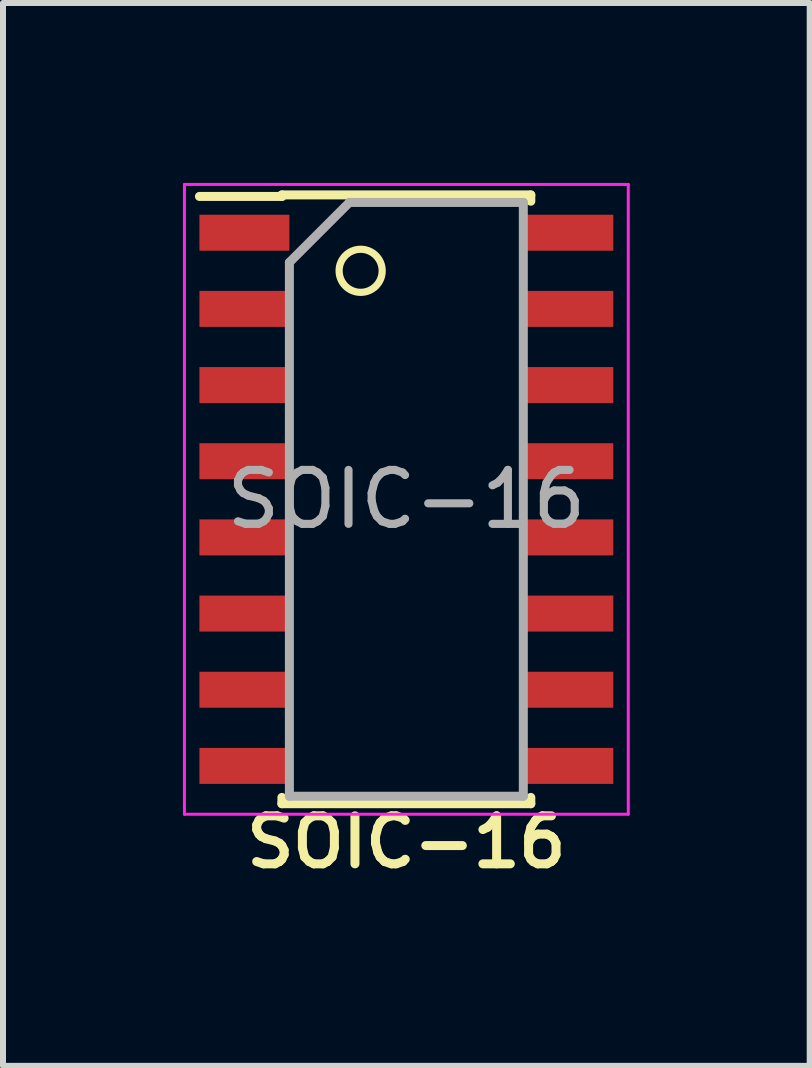
<source format=kicad_pcb>
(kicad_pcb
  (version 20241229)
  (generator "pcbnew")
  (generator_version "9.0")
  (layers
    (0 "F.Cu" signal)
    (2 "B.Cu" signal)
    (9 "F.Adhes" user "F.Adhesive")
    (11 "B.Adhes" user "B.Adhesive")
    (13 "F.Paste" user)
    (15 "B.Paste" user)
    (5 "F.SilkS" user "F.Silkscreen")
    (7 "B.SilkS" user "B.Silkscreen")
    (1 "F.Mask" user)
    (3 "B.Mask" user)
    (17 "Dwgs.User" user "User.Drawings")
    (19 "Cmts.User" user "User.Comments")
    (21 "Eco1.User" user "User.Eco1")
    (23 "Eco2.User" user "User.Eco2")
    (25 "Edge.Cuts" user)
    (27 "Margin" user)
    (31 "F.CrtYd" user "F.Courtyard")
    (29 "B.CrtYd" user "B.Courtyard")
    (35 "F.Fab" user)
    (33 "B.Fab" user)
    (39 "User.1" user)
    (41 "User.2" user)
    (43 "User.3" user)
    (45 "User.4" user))
  (footprint "SOIC-16"
    (layer "F.Cu")
    (at 3.725 5.275)
    (property "Reference" "SOIC-16" (at 0 5.715 0) (layer "F.SilkS") (effects (font (size 0.8 0.8) (thickness 0.15))))
    (attr smd)
    (fp_line (start -2.075 -5.075) (end -2.075 -5.05) (stroke (width 0.15) (type solid)) (layer "F.SilkS"))
    (fp_line (start -2.075 -5.075) (end 2.075 -5.075) (stroke (width 0.15) (type solid)) (layer "F.SilkS"))
    (fp_line (start -2.075 -5.05) (end -3.45 -5.05) (stroke (width 0.15) (type solid)) (layer "F.SilkS"))
    (fp_line (start -2.075 5.075) (end -2.075 4.97) (stroke (width 0.15) (type solid)) (layer "F.SilkS"))
    (fp_line (start -2.075 5.075) (end 2.075 5.075) (stroke (width 0.15) (type solid)) (layer "F.SilkS"))
    (fp_line (start 2.075 -5.075) (end 2.075 -4.97) (stroke (width 0.15) (type solid)) (layer "F.SilkS"))
    (fp_line (start 2.075 5.075) (end 2.075 4.97) (stroke (width 0.15) (type solid)) (layer "F.SilkS"))
    (fp_circle (center -0.762 -3.81) (end -0.508 -3.556) (stroke (width 0.12) (type solid)) (fill no) (layer "F.SilkS"))
    (fp_line (start -3.7 -5.25) (end -3.7 5.25) (stroke (width 0.05) (type solid)) (layer "F.CrtYd"))
    (fp_line (start -3.7 -5.25) (end 3.7 -5.25) (stroke (width 0.05) (type solid)) (layer "F.CrtYd"))
    (fp_line (start -3.7 5.25) (end 3.7 5.25) (stroke (width 0.05) (type solid)) (layer "F.CrtYd"))
    (fp_line (start 3.7 -5.25) (end 3.7 5.25) (stroke (width 0.05) (type solid)) (layer "F.CrtYd"))
    (fp_line (start -1.95 -3.95) (end -0.95 -4.95) (stroke (width 0.15) (type solid)) (layer "F.Fab"))
    (fp_line (start -1.95 4.95) (end -1.95 -3.95) (stroke (width 0.15) (type solid)) (layer "F.Fab"))
    (fp_line (start -0.95 -4.95) (end 1.95 -4.95) (stroke (width 0.15) (type solid)) (layer "F.Fab"))
    (fp_line (start 1.95 -4.95) (end 1.95 4.95) (stroke (width 0.15) (type solid)) (layer "F.Fab"))
    (fp_line (start 1.95 4.95) (end -1.95 4.95) (stroke (width 0.15) (type solid)) (layer "F.Fab"))
    (fp_text user "${REFERENCE}" (at 0 0 0) (layer "F.Fab") (effects (font (size 0.9 0.9) (thickness 0.135))))
    (pad "1" smd rect (at -2.7 -4.445) (size 1.5 0.6) (layers "F.Cu" "F.Mask" "F.Paste"))
    (pad "2" smd rect (at -2.7 -3.175) (size 1.5 0.6) (layers "F.Cu" "F.Mask" "F.Paste"))
    (pad "3" smd rect (at -2.7 -1.905) (size 1.5 0.6) (layers "F.Cu" "F.Mask" "F.Paste"))
    (pad "4" smd rect (at -2.7 -0.635) (size 1.5 0.6) (layers "F.Cu" "F.Mask" "F.Paste"))
    (pad "5" smd rect (at -2.7 0.635) (size 1.5 0.6) (layers "F.Cu" "F.Mask" "F.Paste"))
    (pad "6" smd rect (at -2.7 1.905) (size 1.5 0.6) (layers "F.Cu" "F.Mask" "F.Paste"))
    (pad "7" smd rect (at -2.7 3.175) (size 1.5 0.6) (layers "F.Cu" "F.Mask" "F.Paste"))
    (pad "8" smd rect (at -2.7 4.445) (size 1.5 0.6) (layers "F.Cu" "F.Mask" "F.Paste"))
    (pad "9" smd rect (at 2.7 4.445) (size 1.5 0.6) (layers "F.Cu" "F.Mask" "F.Paste"))
    (pad "10" smd rect (at 2.7 3.175) (size 1.5 0.6) (layers "F.Cu" "F.Mask" "F.Paste"))
    (pad "11" smd rect (at 2.7 1.905) (size 1.5 0.6) (layers "F.Cu" "F.Mask" "F.Paste"))
    (pad "12" smd rect (at 2.7 0.635) (size 1.5 0.6) (layers "F.Cu" "F.Mask" "F.Paste"))
    (pad "13" smd rect (at 2.7 -0.635) (size 1.5 0.6) (layers "F.Cu" "F.Mask" "F.Paste"))
    (pad "14" smd rect (at 2.7 -1.905) (size 1.5 0.6) (layers "F.Cu" "F.Mask" "F.Paste"))
    (pad "15" smd rect (at 2.7 -3.175) (size 1.5 0.6) (layers "F.Cu" "F.Mask" "F.Paste"))
    (pad "16" smd rect (at 2.7 -4.445) (size 1.5 0.6) (layers "F.Cu" "F.Mask" "F.Paste")))
  (gr_rect
    (start -3 -3)
    (end 10.45 14.721)
    (stroke (width 0.1) (type default))
    (fill no)
    (layer "Edge.Cuts")))
</source>
